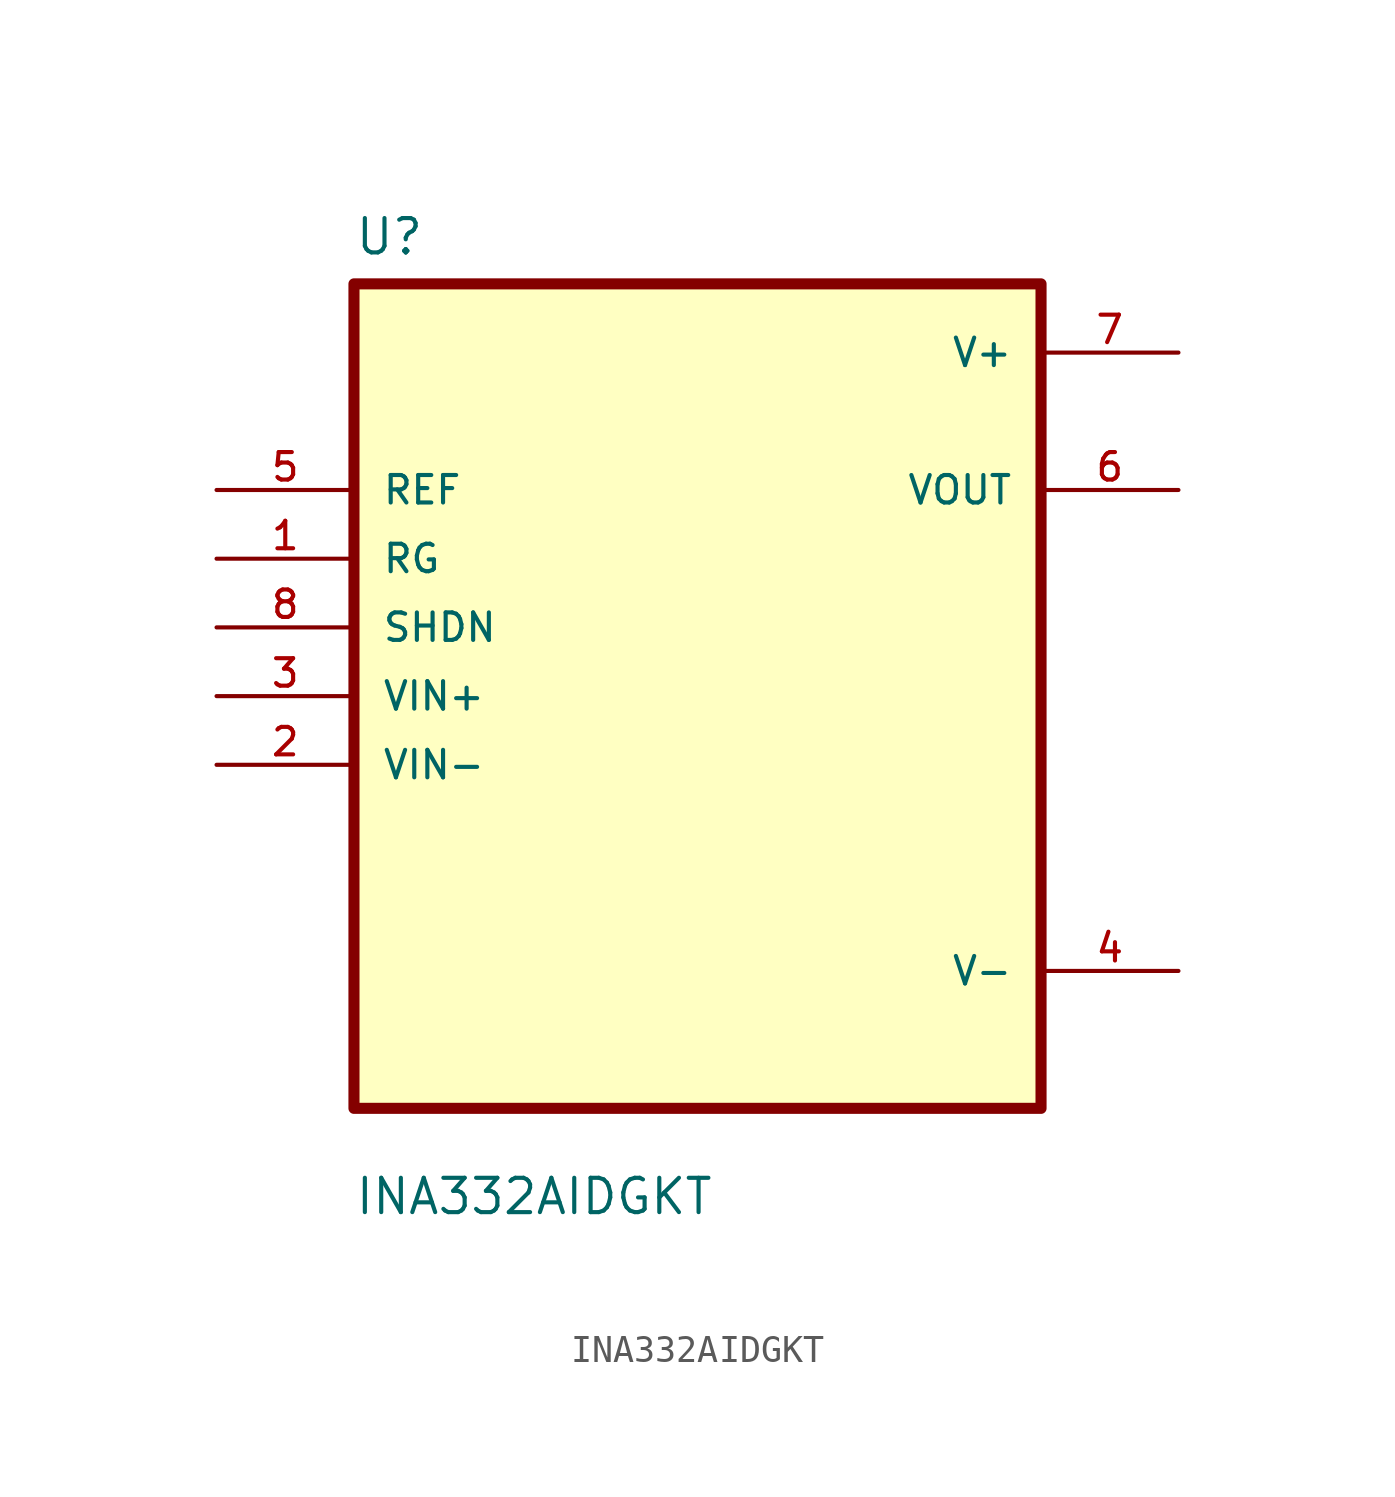
<source format=kicad_sym>
(kicad_symbol_lib
  (version 20211014)
  (generator kicad_symbol_editor)
  (symbol "INA332AIDGKT"
    (pin_names
      (offset 1.016))
    (property "Reference" "U"
      (at -12.7 16.24 0.0)
      (effects (font (size 1.27 1.27)) (justify bottom left)))
    (property "Value" "INA332AIDGKT"
      (at -12.7 -19.24 0.0)
      (effects (font (size 1.27 1.27)) (justify bottom left)))
    (symbol "INA332AIDGKT_0_0"
      (rectangle (start -12.7 -15.24) (end 12.7 15.24) (stroke (width 0.41)) (fill (type background)))
      (pin input line (at -17.78 7.62 0) (length 5.08) (name "REF" (effects (font (size 1.016 1.016)))) (number "5" (effects (font (size 1.016 1.016)))))
      (pin input line (at -17.78 5.08 0) (length 5.08) (name "RG" (effects (font (size 1.016 1.016)))) (number "1" (effects (font (size 1.016 1.016)))))
      (pin input line (at -17.78 2.54 0) (length 5.08) (name "SHDN" (effects (font (size 1.016 1.016)))) (number "8" (effects (font (size 1.016 1.016)))))
      (pin input line (at -17.78 0.0 0) (length 5.08) (name "VIN+" (effects (font (size 1.016 1.016)))) (number "3" (effects (font (size 1.016 1.016)))))
      (pin input line (at -17.78 -2.54 0) (length 5.08) (name "VIN-" (effects (font (size 1.016 1.016)))) (number "2" (effects (font (size 1.016 1.016)))))
      (pin power_in line (at 17.78 12.7 180.0) (length 5.08) (name "V+" (effects (font (size 1.016 1.016)))) (number "7" (effects (font (size 1.016 1.016)))))
      (pin output line (at 17.78 7.62 180.0) (length 5.08) (name "VOUT" (effects (font (size 1.016 1.016)))) (number "6" (effects (font (size 1.016 1.016)))))
      (pin power_in line (at 17.78 -10.16 180.0) (length 5.08) (name "V-" (effects (font (size 1.016 1.016)))) (number "4" (effects (font (size 1.016 1.016))))))))
</source>
